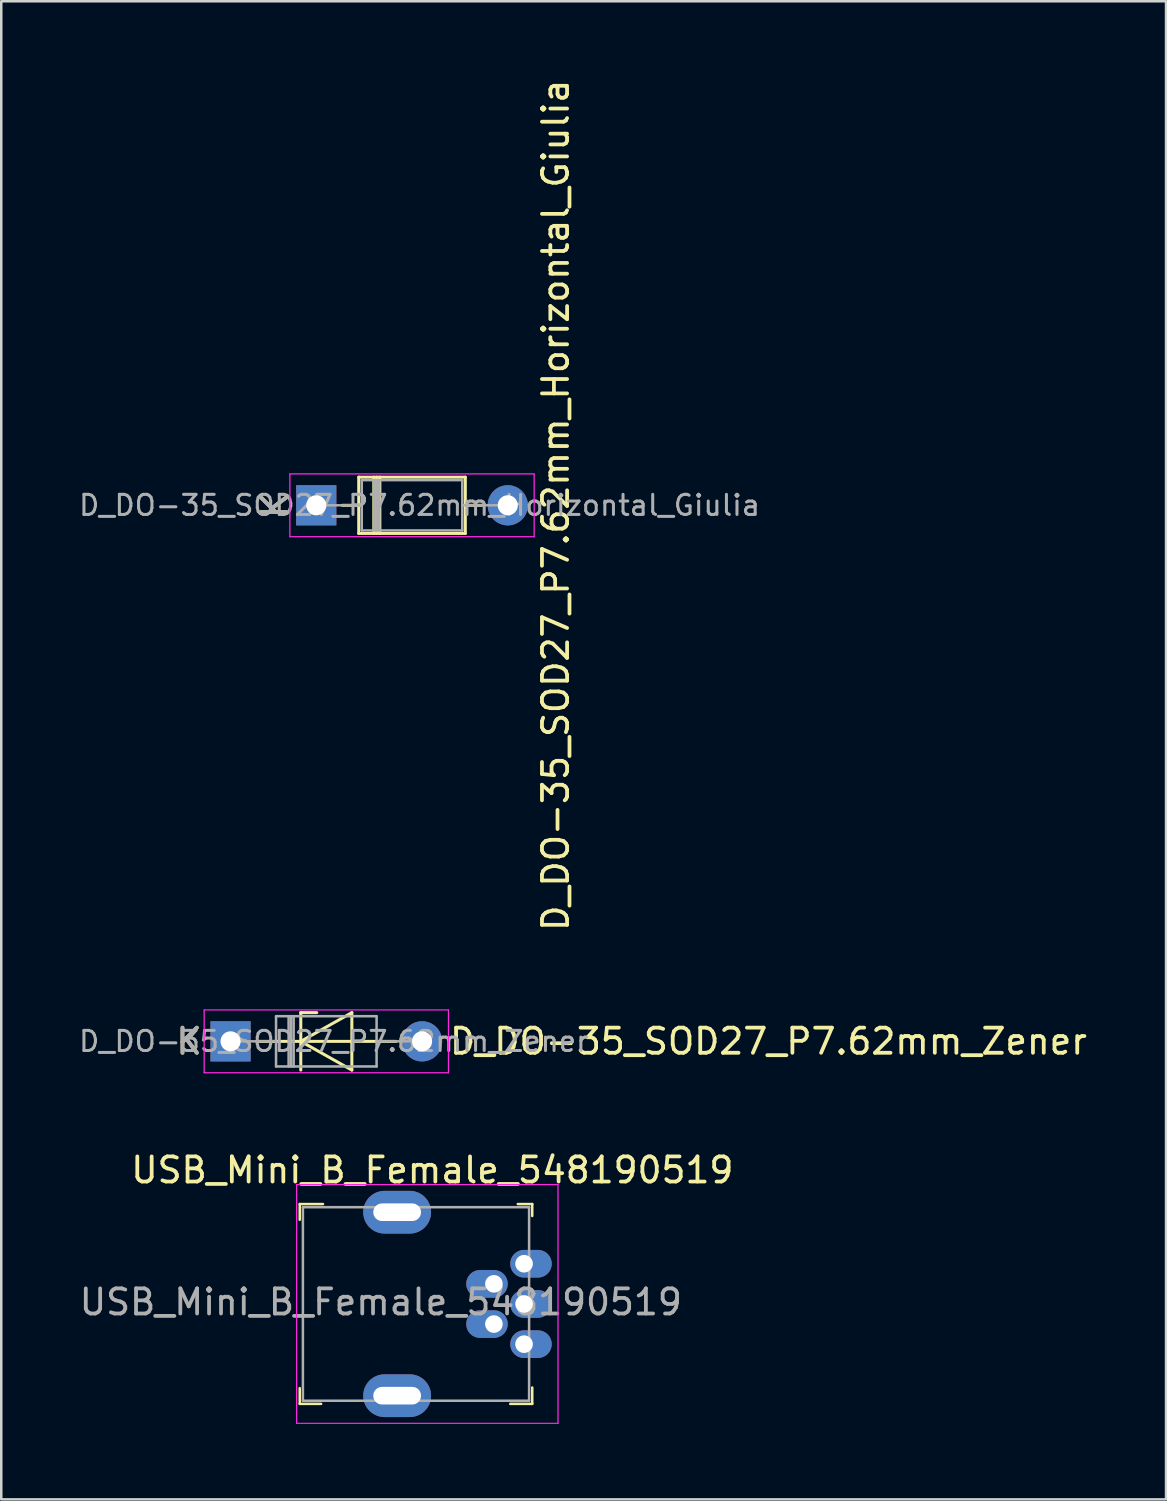
<source format=kicad_pcb>
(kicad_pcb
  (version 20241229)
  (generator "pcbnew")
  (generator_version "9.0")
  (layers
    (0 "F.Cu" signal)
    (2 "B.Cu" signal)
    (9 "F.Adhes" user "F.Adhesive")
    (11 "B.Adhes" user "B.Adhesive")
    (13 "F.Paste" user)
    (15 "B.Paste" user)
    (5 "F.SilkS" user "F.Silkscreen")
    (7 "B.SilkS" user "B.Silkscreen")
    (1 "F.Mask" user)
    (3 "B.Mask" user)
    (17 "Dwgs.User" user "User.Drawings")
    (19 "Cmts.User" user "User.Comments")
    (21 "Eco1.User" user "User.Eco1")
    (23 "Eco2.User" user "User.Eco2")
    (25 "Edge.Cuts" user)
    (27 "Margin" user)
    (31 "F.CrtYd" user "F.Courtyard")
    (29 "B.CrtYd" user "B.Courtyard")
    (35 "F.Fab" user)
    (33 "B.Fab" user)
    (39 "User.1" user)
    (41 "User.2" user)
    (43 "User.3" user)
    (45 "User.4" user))
  (footprint "D_DO-35_SOD27_P7.62mm_Horizontal_Giulia"
    (layer "F.Cu")
    (at 9.533 17.054)
    (property "Reference" "D_DO-35_SOD27_P7.62mm_Horizontal_Giulia" (at 9.525 0 90) (layer "F.SilkS") (effects (font (size 1 1) (thickness 0.15))))
    (attr through_hole)
    (fp_line (start 1.04 0) (end 1.69 0) (stroke (width 0.12) (type solid)) (layer "F.SilkS"))
    (fp_line (start 1.69 -1.12) (end 1.69 1.12) (stroke (width 0.12) (type solid)) (layer "F.SilkS"))
    (fp_line (start 1.69 1.12) (end 5.93 1.12) (stroke (width 0.12) (type solid)) (layer "F.SilkS"))
    (fp_line (start 2.29 -1.12) (end 2.29 1.12) (stroke (width 0.12) (type solid)) (layer "F.SilkS"))
    (fp_line (start 2.41 -1.12) (end 2.41 1.12) (stroke (width 0.12) (type solid)) (layer "F.SilkS"))
    (fp_line (start 2.53 -1.12) (end 2.53 1.12) (stroke (width 0.12) (type solid)) (layer "F.SilkS"))
    (fp_line (start 5.93 -1.12) (end 1.69 -1.12) (stroke (width 0.12) (type solid)) (layer "F.SilkS"))
    (fp_line (start 5.93 1.12) (end 5.93 -1.12) (stroke (width 0.12) (type solid)) (layer "F.SilkS"))
    (fp_line (start 6.58 0) (end 5.93 0) (stroke (width 0.12) (type solid)) (layer "F.SilkS"))
    (fp_line (start -1.05 -1.25) (end -1.05 1.25) (stroke (width 0.05) (type solid)) (layer "F.CrtYd"))
    (fp_line (start -1.05 1.25) (end 8.67 1.25) (stroke (width 0.05) (type solid)) (layer "F.CrtYd"))
    (fp_line (start 8.67 -1.25) (end -1.05 -1.25) (stroke (width 0.05) (type solid)) (layer "F.CrtYd"))
    (fp_line (start 8.67 1.25) (end 8.67 -1.25) (stroke (width 0.05) (type solid)) (layer "F.CrtYd"))
    (fp_line (start 0 0) (end 1.81 0) (stroke (width 0.1) (type solid)) (layer "F.Fab"))
    (fp_line (start 1.81 -1) (end 1.81 1) (stroke (width 0.1) (type solid)) (layer "F.Fab"))
    (fp_line (start 1.81 1) (end 5.81 1) (stroke (width 0.1) (type solid)) (layer "F.Fab"))
    (fp_line (start 2.31 -1) (end 2.31 1) (stroke (width 0.1) (type solid)) (layer "F.Fab"))
    (fp_line (start 2.41 -1) (end 2.41 1) (stroke (width 0.1) (type solid)) (layer "F.Fab"))
    (fp_line (start 2.51 -1) (end 2.51 1) (stroke (width 0.1) (type solid)) (layer "F.Fab"))
    (fp_line (start 5.81 -1) (end 1.81 -1) (stroke (width 0.1) (type solid)) (layer "F.Fab"))
    (fp_line (start 5.81 1) (end 5.81 -1) (stroke (width 0.1) (type solid)) (layer "F.Fab"))
    (fp_line (start 7.62 0) (end 5.81 0) (stroke (width 0.1) (type solid)) (layer "F.Fab"))
    (fp_text user "K" (at -1.651 0 90) (layer "F.SilkS") (effects (font (size 1 1) (thickness 0.15))))
    (fp_text user "${REFERENCE}" (at 4.11 0 0) (layer "F.Fab") (effects (font (size 0.8 0.8) (thickness 0.12))))
    (fp_text user "K" (at -1.651 0 90) (layer "F.Fab") (effects (font (size 1 1) (thickness 0.15))))
    (pad "1" thru_hole rect (at 0 0) (size 1.6 1.6) (drill 0.8) (layers "*.Cu" "*.Mask"))
    (pad "2" thru_hole oval (at 7.62 0) (size 1.6 1.6) (drill 0.8) (layers "*.Cu" "*.Mask")))
  (footprint "USB_Mini_B_Female_548190519"
    (layer "F.Cu")
    (at 17.801 48.83)
    (property "Reference" "USB_Mini_B_Female_548190519" (at -3.65 -5.325 0) (layer "F.SilkS") (effects (font (size 1 1) (thickness 0.15))))
    (attr through_hole)
    (fp_line (start -8.925 -3.975) (end -8.925 -3.35) (stroke (width 0.1) (type solid)) (layer "F.SilkS"))
    (fp_line (start -8.925 3.975) (end -8.925 3.35) (stroke (width 0.1) (type solid)) (layer "F.SilkS"))
    (fp_line (start -8.075 3.975) (end -8.925 3.975) (stroke (width 0.1) (type solid)) (layer "F.SilkS"))
    (fp_line (start -8 -3.975) (end -8.925 -3.975) (stroke (width 0.1) (type solid)) (layer "F.SilkS"))
    (fp_line (start -0.55 3.975) (end 0.3 3.975) (stroke (width 0.1) (type solid)) (layer "F.SilkS"))
    (fp_line (start -0.25 -3.975) (end 0.325 -3.975) (stroke (width 0.1) (type solid)) (layer "F.SilkS"))
    (fp_line (start 0.325 -3.975) (end 0.325 -3.5) (stroke (width 0.1) (type solid)) (layer "F.SilkS"))
    (fp_line (start 0.325 3.325) (end 0.325 3.975) (stroke (width 0.1) (type solid)) (layer "F.SilkS"))
    (fp_line (start 0.325 3.975) (end 0.3 3.975) (stroke (width 0.1) (type solid)) (layer "F.SilkS"))
    (fp_line (start -9.05 -4.75) (end -9.05 4.75) (stroke (width 0.05) (type solid)) (layer "F.CrtYd"))
    (fp_line (start -9.05 -4.75) (end 1.35 -4.75) (stroke (width 0.05) (type solid)) (layer "F.CrtYd"))
    (fp_line (start -9.05 4.75) (end 1.35 4.75) (stroke (width 0.05) (type solid)) (layer "F.CrtYd"))
    (fp_line (start 1.35 -4.75) (end 1.35 4.75) (stroke (width 0.05) (type solid)) (layer "F.CrtYd"))
    (fp_line (start -8.8 -3.85) (end -8.8 3.85) (stroke (width 0.1) (type solid)) (layer "F.Fab"))
    (fp_line (start -8.8 -3.85) (end 0.2 -3.85) (stroke (width 0.1) (type solid)) (layer "F.Fab"))
    (fp_line (start -8.8 3.85) (end 0.2 3.85) (stroke (width 0.1) (type solid)) (layer "F.Fab"))
    (fp_line (start 0.2 -3.85) (end 0.2 3.85) (stroke (width 0.1) (type solid)) (layer "F.Fab"))
    (fp_text user "${REFERENCE}" (at -5.7 -0.075 0) (layer "F.Fab") (effects (font (size 1 1) (thickness 0.15))))
    (pad "1" thru_hole oval (at 0 -1.6) (size 1.65 1.1) (drill 0.7 (offset 0.275 0)) (layers "*.Cu" "*.Mask"))
    (pad "2" thru_hole oval (at -1.2 -0.8) (size 1.65 1.1) (drill 0.7 (offset -0.275 0)) (layers "*.Cu" "*.Mask"))
    (pad "3" thru_hole oval (at 0 0) (size 1.65 1.1) (drill 0.7 (offset 0.275 0)) (layers "*.Cu" "*.Mask"))
    (pad "4" thru_hole oval (at -1.2 0.8) (size 1.65 1.1) (drill 0.7 (offset -0.275 0)) (layers "*.Cu" "*.Mask"))
    (pad "5" thru_hole oval (at 0 1.6) (size 1.65 1.1) (drill 0.7 (offset 0.275 0)) (layers "*.Cu" "*.Mask"))
    (pad "SH" thru_hole oval (at -5.05 -3.65) (size 2.7 1.7) (drill oval 1.9 0.7) (layers "*.Cu" "*.Mask"))
    (pad "SH" thru_hole oval (at -5.05 3.65) (size 2.7 1.7) (drill oval 1.9 0.7) (layers "*.Cu" "*.Mask")))
  (footprint "D_DO-35_SOD27_P7.62mm_Zener"
    (layer "F.Cu")
    (at 6.123 38.382)
    (property "Reference" "D_DO-35_SOD27_P7.62mm_Zener" (at 8.636 0 180) (layer "F.SilkS") (effects (font (size 1 1) (thickness 0.15)) (justify left)))
    (attr through_hole)
    (fp_line (start 1.04 0) (end 1.69 0) (stroke (width 0.12) (type solid)) (layer "F.SilkS"))
    (fp_line (start 2.794 -1.143) (end 3.429 -1.143) (stroke (width 0.12) (type solid)) (layer "F.SilkS"))
    (fp_line (start 2.794 0) (end 4.826 -1.143) (stroke (width 0.12) (type solid)) (layer "F.SilkS"))
    (fp_line (start 2.794 1.143) (end 2.794 -1.143) (stroke (width 0.12) (type solid)) (layer "F.SilkS"))
    (fp_line (start 4.826 -1.143) (end 4.826 1.143) (stroke (width 0.12) (type solid)) (layer "F.SilkS"))
    (fp_line (start 4.826 1.143) (end 2.794 0) (stroke (width 0.12) (type solid)) (layer "F.SilkS"))
    (fp_line (start 5.93 0) (end 1.69 0) (stroke (width 0.12) (type solid)) (layer "F.SilkS"))
    (fp_line (start 6.58 0) (end 5.93 0) (stroke (width 0.12) (type solid)) (layer "F.SilkS"))
    (fp_line (start -1.05 -1.25) (end -1.05 1.25) (stroke (width 0.05) (type solid)) (layer "F.CrtYd"))
    (fp_line (start -1.05 1.25) (end 8.67 1.25) (stroke (width 0.05) (type solid)) (layer "F.CrtYd"))
    (fp_line (start 8.67 -1.25) (end -1.05 -1.25) (stroke (width 0.05) (type solid)) (layer "F.CrtYd"))
    (fp_line (start 8.67 1.25) (end 8.67 -1.25) (stroke (width 0.05) (type solid)) (layer "F.CrtYd"))
    (fp_line (start 0 0) (end 1.81 0) (stroke (width 0.1) (type solid)) (layer "F.Fab"))
    (fp_line (start 1.81 -1) (end 1.81 1) (stroke (width 0.1) (type solid)) (layer "F.Fab"))
    (fp_line (start 1.81 1) (end 5.81 1) (stroke (width 0.1) (type solid)) (layer "F.Fab"))
    (fp_line (start 2.31 -1) (end 2.31 1) (stroke (width 0.1) (type solid)) (layer "F.Fab"))
    (fp_line (start 2.41 -1) (end 2.41 1) (stroke (width 0.1) (type solid)) (layer "F.Fab"))
    (fp_line (start 2.51 -1) (end 2.51 1) (stroke (width 0.1) (type solid)) (layer "F.Fab"))
    (fp_line (start 5.81 -1) (end 1.81 -1) (stroke (width 0.1) (type solid)) (layer "F.Fab"))
    (fp_line (start 5.81 1) (end 5.81 -1) (stroke (width 0.1) (type solid)) (layer "F.Fab"))
    (fp_line (start 7.62 0) (end 5.81 0) (stroke (width 0.1) (type solid)) (layer "F.Fab"))
    (fp_text user "K" (at -1.651 0 180) (layer "F.SilkS") (effects (font (size 1 1) (thickness 0.15))))
    (fp_text user "${REFERENCE}" (at 4.11 0 0) (layer "F.Fab") (effects (font (size 0.8 0.8) (thickness 0.12))))
    (fp_text user "K" (at -1.651 0 180) (layer "F.Fab") (effects (font (size 1 1) (thickness 0.15))))
    (pad "1" thru_hole rect (at 0 0) (size 1.6 1.6) (drill 0.8) (layers "*.Cu" "*.Mask"))
    (pad "2" thru_hole oval (at 7.62 0) (size 1.6 1.6) (drill 0.8) (layers "*.Cu" "*.Mask")))
  (gr_rect
    (start -3 -3)
    (end 43.343 56.605)
    (stroke (width 0.1) (type default))
    (fill no)
    (layer "Edge.Cuts")))
</source>
